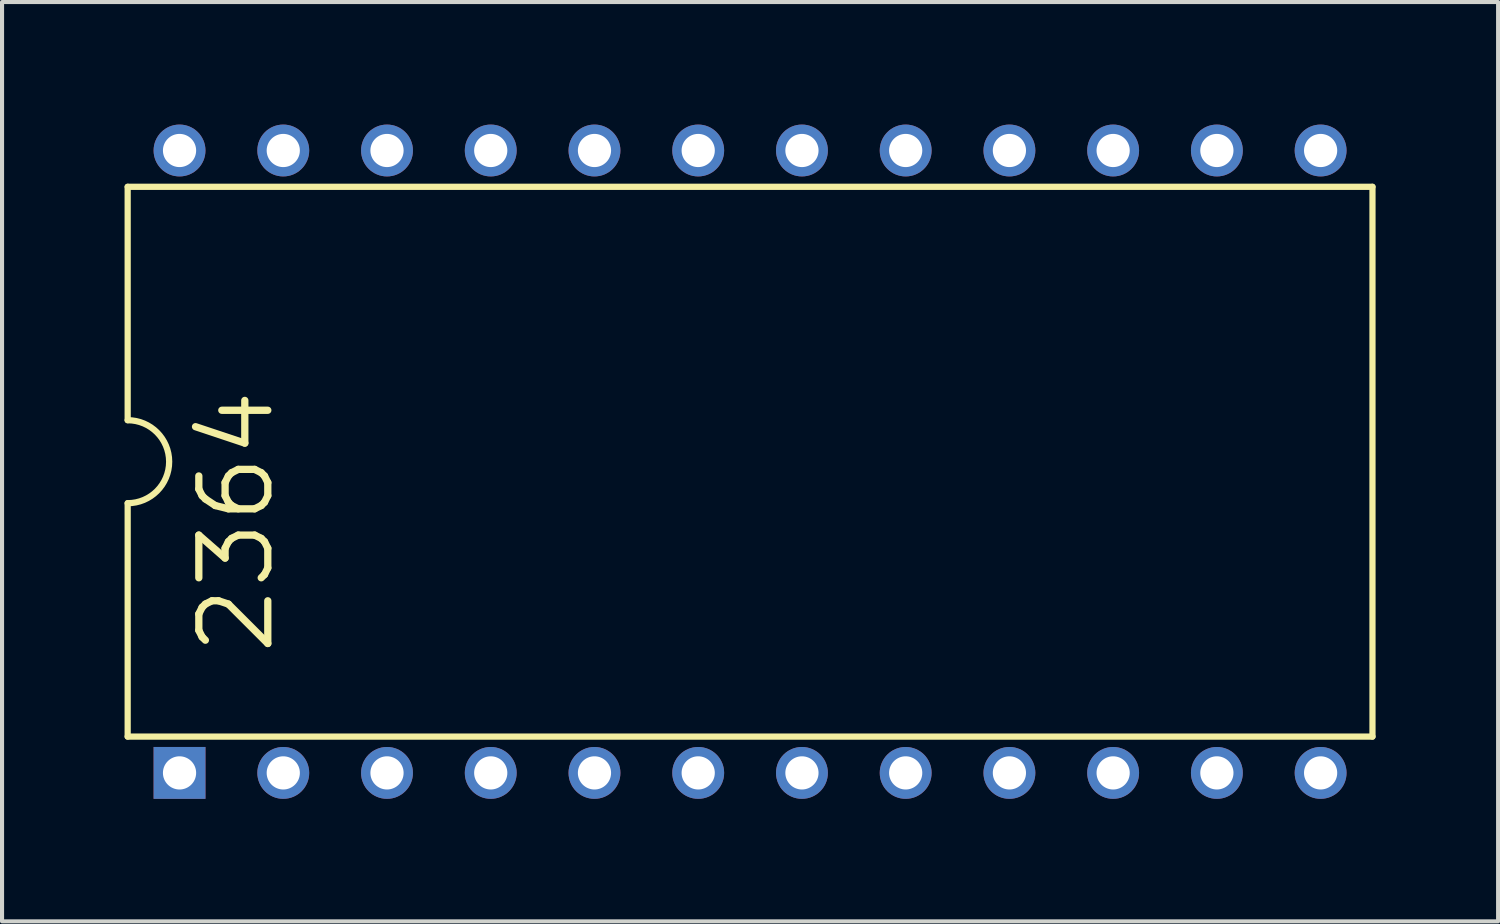
<source format=kicad_pcb>
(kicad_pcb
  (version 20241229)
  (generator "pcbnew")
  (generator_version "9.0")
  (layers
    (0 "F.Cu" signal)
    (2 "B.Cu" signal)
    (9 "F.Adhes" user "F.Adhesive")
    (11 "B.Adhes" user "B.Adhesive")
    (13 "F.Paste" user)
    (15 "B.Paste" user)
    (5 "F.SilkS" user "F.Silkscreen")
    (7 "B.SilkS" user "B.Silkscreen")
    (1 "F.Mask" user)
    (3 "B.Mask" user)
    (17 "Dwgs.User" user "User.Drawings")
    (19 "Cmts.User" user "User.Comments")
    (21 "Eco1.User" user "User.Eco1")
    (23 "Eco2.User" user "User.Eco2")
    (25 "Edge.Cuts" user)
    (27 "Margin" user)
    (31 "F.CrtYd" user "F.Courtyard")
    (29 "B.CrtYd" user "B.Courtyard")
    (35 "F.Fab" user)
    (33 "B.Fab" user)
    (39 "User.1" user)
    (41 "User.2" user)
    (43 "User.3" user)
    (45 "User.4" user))
  (footprint "2364"
    (layer "F.Cu")
    (at 15.316 8.255)
    (property "Reference" "2364" (at -13.569 -1.859 90) (layer "F.SilkS") (effects (font (size 1.689 1.689) (thickness 0.178)) (justify right top)))
    (attr through_hole)
    (fp_line (start -15.24 -6.731) (end -15.24 -1.016) (stroke (width 0.152) (type solid)) (layer "F.SilkS"))
    (fp_line (start -15.24 6.731) (end -15.24 1.016) (stroke (width 0.152) (type solid)) (layer "F.SilkS"))
    (fp_line (start -15.24 6.731) (end 15.24 6.731) (stroke (width 0.152) (type solid)) (layer "F.SilkS"))
    (fp_line (start 15.24 -6.731) (end -15.24 -6.731) (stroke (width 0.152) (type solid)) (layer "F.SilkS"))
    (fp_line (start 15.24 -6.731) (end 15.24 6.731) (stroke (width 0.152) (type solid)) (layer "F.SilkS"))
    (fp_arc (start -15.24 -1.016) (mid -14.224 0) (end -15.24 1.016) (stroke (width 0.1524) (type solid)) (layer "F.SilkS"))
    (pad "1" thru_hole rect (at -13.97 7.62 90) (size 1.27 1.27) (drill 0.813) (layers "*.Cu" "*.Mask"))
    (pad "2" thru_hole circle (at -11.43 7.62 90) (size 1.27 1.27) (drill 0.813) (layers "*.Cu" "*.Mask"))
    (pad "3" thru_hole circle (at -8.89 7.62 90) (size 1.27 1.27) (drill 0.813) (layers "*.Cu" "*.Mask"))
    (pad "4" thru_hole circle (at -6.35 7.62 90) (size 1.27 1.27) (drill 0.813) (layers "*.Cu" "*.Mask"))
    (pad "5" thru_hole circle (at -3.81 7.62 90) (size 1.27 1.27) (drill 0.813) (layers "*.Cu" "*.Mask"))
    (pad "6" thru_hole circle (at -1.27 7.62 90) (size 1.27 1.27) (drill 0.813) (layers "*.Cu" "*.Mask"))
    (pad "7" thru_hole circle (at 1.27 7.62 90) (size 1.27 1.27) (drill 0.813) (layers "*.Cu" "*.Mask"))
    (pad "8" thru_hole circle (at 3.81 7.62 90) (size 1.27 1.27) (drill 0.813) (layers "*.Cu" "*.Mask"))
    (pad "9" thru_hole circle (at 6.35 7.62 90) (size 1.27 1.27) (drill 0.813) (layers "*.Cu" "*.Mask"))
    (pad "10" thru_hole circle (at 8.89 7.62 90) (size 1.27 1.27) (drill 0.813) (layers "*.Cu" "*.Mask"))
    (pad "11" thru_hole circle (at 11.43 7.62 90) (size 1.27 1.27) (drill 0.813) (layers "*.Cu" "*.Mask"))
    (pad "12" thru_hole circle (at 13.97 7.62 90) (size 1.27 1.27) (drill 0.813) (layers "*.Cu" "*.Mask"))
    (pad "13" thru_hole circle (at 13.97 -7.62 90) (size 1.27 1.27) (drill 0.813) (layers "*.Cu" "*.Mask"))
    (pad "14" thru_hole circle (at 11.43 -7.62 90) (size 1.27 1.27) (drill 0.813) (layers "*.Cu" "*.Mask"))
    (pad "15" thru_hole circle (at 8.89 -7.62 90) (size 1.27 1.27) (drill 0.813) (layers "*.Cu" "*.Mask"))
    (pad "16" thru_hole circle (at 6.35 -7.62 90) (size 1.27 1.27) (drill 0.813) (layers "*.Cu" "*.Mask"))
    (pad "17" thru_hole circle (at 3.81 -7.62 90) (size 1.27 1.27) (drill 0.813) (layers "*.Cu" "*.Mask"))
    (pad "18" thru_hole circle (at 1.27 -7.62 90) (size 1.27 1.27) (drill 0.813) (layers "*.Cu" "*.Mask"))
    (pad "19" thru_hole circle (at -1.27 -7.62 90) (size 1.27 1.27) (drill 0.813) (layers "*.Cu" "*.Mask"))
    (pad "20" thru_hole circle (at -3.81 -7.62 90) (size 1.27 1.27) (drill 0.813) (layers "*.Cu" "*.Mask"))
    (pad "21" thru_hole circle (at -6.35 -7.62 90) (size 1.27 1.27) (drill 0.813) (layers "*.Cu" "*.Mask"))
    (pad "22" thru_hole circle (at -8.89 -7.62 90) (size 1.27 1.27) (drill 0.813) (layers "*.Cu" "*.Mask"))
    (pad "23" thru_hole circle (at -11.43 -7.62 90) (size 1.27 1.27) (drill 0.813) (layers "*.Cu" "*.Mask"))
    (pad "24" thru_hole circle (at -13.97 -7.62 90) (size 1.27 1.27) (drill 0.813) (layers "*.Cu" "*.Mask")))
  (gr_rect
    (start -3 -3)
    (end 33.632 19.51)
    (stroke (width 0.1) (type default))
    (fill no)
    (layer "Edge.Cuts")))
</source>
